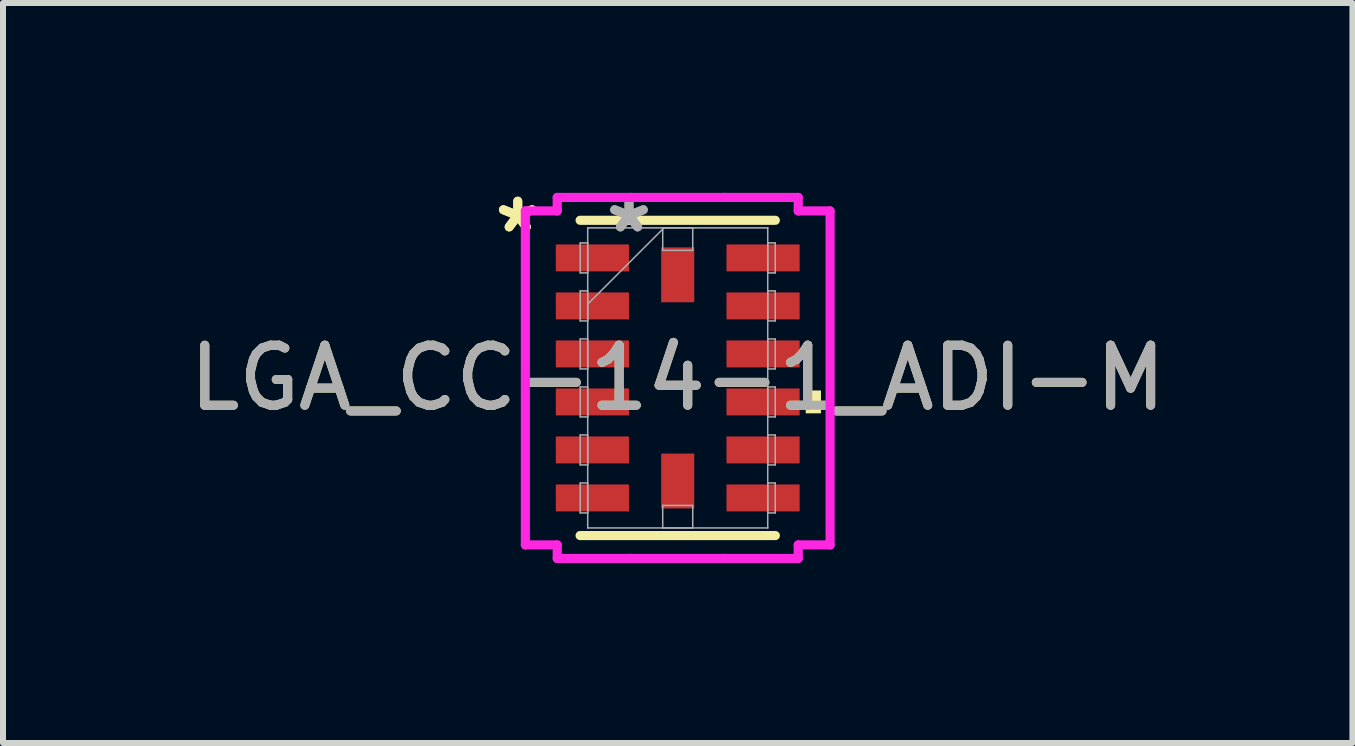
<source format=kicad_pcb>
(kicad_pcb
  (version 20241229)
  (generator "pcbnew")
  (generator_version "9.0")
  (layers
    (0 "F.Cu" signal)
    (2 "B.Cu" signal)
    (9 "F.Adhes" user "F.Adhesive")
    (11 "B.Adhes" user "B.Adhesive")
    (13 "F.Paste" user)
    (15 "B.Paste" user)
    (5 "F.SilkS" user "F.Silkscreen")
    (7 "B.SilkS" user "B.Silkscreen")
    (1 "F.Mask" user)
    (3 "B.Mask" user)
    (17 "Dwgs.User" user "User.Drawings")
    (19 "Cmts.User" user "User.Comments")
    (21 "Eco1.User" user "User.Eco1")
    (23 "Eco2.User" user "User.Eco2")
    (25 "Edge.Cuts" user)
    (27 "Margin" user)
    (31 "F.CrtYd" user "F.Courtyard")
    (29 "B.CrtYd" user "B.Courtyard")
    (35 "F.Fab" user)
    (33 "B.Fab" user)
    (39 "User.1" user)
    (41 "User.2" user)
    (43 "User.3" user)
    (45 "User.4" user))
  (footprint "LGA_CC-14-1_ADI-M"
    (layer "F.Cu")
    (at 8.244 3.248)
    (property "Reference" "LGA_CC-14-1_ADI-M" (at 0 0 0) (unlocked yes) (layer "F.SilkS") (effects (font (size 1 1) (thickness 0.15))))
    (attr smd)
    (fp_line (start -1.627 2.627) (end 1.627 2.627) (stroke (width 0.152) (type solid)) (layer "F.SilkS"))
    (fp_line (start 1.627 -2.627) (end -1.627 -2.627) (stroke (width 0.152) (type solid)) (layer "F.SilkS"))
    (fp_poly (pts (xy 2.387 0.209) (xy 2.387 0.59) (xy 2.133 0.59) (xy 2.133 0.209)) (stroke (width 0) (type solid)) (fill yes) (layer "F.SilkS"))
    (fp_line (start -2.539 -2.783) (end -2.008 -2.783) (stroke (width 0.152) (type solid)) (layer "F.CrtYd"))
    (fp_line (start -2.539 2.783) (end -2.539 -2.783) (stroke (width 0.152) (type solid)) (layer "F.CrtYd"))
    (fp_line (start -2.008 -3.008) (end -0.783 -3.008) (stroke (width 0.152) (type solid)) (layer "F.CrtYd"))
    (fp_line (start -2.008 -2.783) (end -2.008 -3.008) (stroke (width 0.152) (type solid)) (layer "F.CrtYd"))
    (fp_line (start -2.008 2.783) (end -2.539 2.783) (stroke (width 0.152) (type solid)) (layer "F.CrtYd"))
    (fp_line (start -2.008 3.008) (end -2.008 2.783) (stroke (width 0.152) (type solid)) (layer "F.CrtYd"))
    (fp_line (start -0.783 -3.008) (end -0.783 -3.008) (stroke (width 0.152) (type solid)) (layer "F.CrtYd"))
    (fp_line (start -0.783 -3.008) (end 0.783 -3.008) (stroke (width 0.152) (type solid)) (layer "F.CrtYd"))
    (fp_line (start -0.783 3.008) (end -2.008 3.008) (stroke (width 0.152) (type solid)) (layer "F.CrtYd"))
    (fp_line (start -0.783 3.008) (end -0.783 3.008) (stroke (width 0.152) (type solid)) (layer "F.CrtYd"))
    (fp_line (start 0.783 -3.008) (end 0.783 -3.008) (stroke (width 0.152) (type solid)) (layer "F.CrtYd"))
    (fp_line (start 0.783 -3.008) (end 2.008 -3.008) (stroke (width 0.152) (type solid)) (layer "F.CrtYd"))
    (fp_line (start 0.783 3.008) (end -0.783 3.008) (stroke (width 0.152) (type solid)) (layer "F.CrtYd"))
    (fp_line (start 0.783 3.008) (end 0.783 3.008) (stroke (width 0.152) (type solid)) (layer "F.CrtYd"))
    (fp_line (start 2.008 -3.008) (end 2.008 -2.783) (stroke (width 0.152) (type solid)) (layer "F.CrtYd"))
    (fp_line (start 2.008 -2.783) (end 2.539 -2.783) (stroke (width 0.152) (type solid)) (layer "F.CrtYd"))
    (fp_line (start 2.008 2.783) (end 2.008 3.008) (stroke (width 0.152) (type solid)) (layer "F.CrtYd"))
    (fp_line (start 2.008 3.008) (end 0.783 3.008) (stroke (width 0.152) (type solid)) (layer "F.CrtYd"))
    (fp_line (start 2.539 -2.783) (end 2.539 2.783) (stroke (width 0.152) (type solid)) (layer "F.CrtYd"))
    (fp_line (start 2.539 2.783) (end 2.008 2.783) (stroke (width 0.152) (type solid)) (layer "F.CrtYd"))
    (fp_line (start -1.625 -2.25) (end -1.625 -1.75) (stroke (width 0.025) (type solid)) (layer "F.Fab"))
    (fp_line (start -1.625 -1.75) (end -1.5 -1.75) (stroke (width 0.025) (type solid)) (layer "F.Fab"))
    (fp_line (start -1.625 -1.45) (end -1.625 -0.95) (stroke (width 0.025) (type solid)) (layer "F.Fab"))
    (fp_line (start -1.625 -0.95) (end -1.5 -0.95) (stroke (width 0.025) (type solid)) (layer "F.Fab"))
    (fp_line (start -1.625 -0.65) (end -1.625 -0.15) (stroke (width 0.025) (type solid)) (layer "F.Fab"))
    (fp_line (start -1.625 -0.15) (end -1.5 -0.15) (stroke (width 0.025) (type solid)) (layer "F.Fab"))
    (fp_line (start -1.625 0.15) (end -1.625 0.65) (stroke (width 0.025) (type solid)) (layer "F.Fab"))
    (fp_line (start -1.625 0.65) (end -1.5 0.65) (stroke (width 0.025) (type solid)) (layer "F.Fab"))
    (fp_line (start -1.625 0.95) (end -1.625 1.45) (stroke (width 0.025) (type solid)) (layer "F.Fab"))
    (fp_line (start -1.625 1.45) (end -1.5 1.45) (stroke (width 0.025) (type solid)) (layer "F.Fab"))
    (fp_line (start -1.625 1.75) (end -1.625 2.25) (stroke (width 0.025) (type solid)) (layer "F.Fab"))
    (fp_line (start -1.625 2.25) (end -1.5 2.25) (stroke (width 0.025) (type solid)) (layer "F.Fab"))
    (fp_line (start -1.5 -2.5) (end -1.5 -2.5) (stroke (width 0.025) (type solid)) (layer "F.Fab"))
    (fp_line (start -1.5 -2.5) (end -1.5 2.5) (stroke (width 0.025) (type solid)) (layer "F.Fab"))
    (fp_line (start -1.5 -2.25) (end -1.625 -2.25) (stroke (width 0.025) (type solid)) (layer "F.Fab"))
    (fp_line (start -1.5 -1.75) (end -1.5 -2.25) (stroke (width 0.025) (type solid)) (layer "F.Fab"))
    (fp_line (start -1.5 -1.45) (end -1.625 -1.45) (stroke (width 0.025) (type solid)) (layer "F.Fab"))
    (fp_line (start -1.5 -1.23) (end -0.23 -2.5) (stroke (width 0.025) (type solid)) (layer "F.Fab"))
    (fp_line (start -1.5 -0.95) (end -1.5 -1.45) (stroke (width 0.025) (type solid)) (layer "F.Fab"))
    (fp_line (start -1.5 -0.65) (end -1.625 -0.65) (stroke (width 0.025) (type solid)) (layer "F.Fab"))
    (fp_line (start -1.5 -0.15) (end -1.5 -0.65) (stroke (width 0.025) (type solid)) (layer "F.Fab"))
    (fp_line (start -1.5 0.15) (end -1.625 0.15) (stroke (width 0.025) (type solid)) (layer "F.Fab"))
    (fp_line (start -1.5 0.65) (end -1.5 0.15) (stroke (width 0.025) (type solid)) (layer "F.Fab"))
    (fp_line (start -1.5 0.95) (end -1.625 0.95) (stroke (width 0.025) (type solid)) (layer "F.Fab"))
    (fp_line (start -1.5 1.45) (end -1.5 0.95) (stroke (width 0.025) (type solid)) (layer "F.Fab"))
    (fp_line (start -1.5 1.75) (end -1.625 1.75) (stroke (width 0.025) (type solid)) (layer "F.Fab"))
    (fp_line (start -1.5 2.25) (end -1.5 1.75) (stroke (width 0.025) (type solid)) (layer "F.Fab"))
    (fp_line (start -1.5 2.5) (end -1.5 2.5) (stroke (width 0.025) (type solid)) (layer "F.Fab"))
    (fp_line (start -1.5 2.5) (end 1.5 2.5) (stroke (width 0.025) (type solid)) (layer "F.Fab"))
    (fp_line (start -0.25 -2.5) (end 0.25 -2.5) (stroke (width 0.025) (type solid)) (layer "F.Fab"))
    (fp_line (start -0.25 -2.125) (end -0.25 -2.5) (stroke (width 0.025) (type solid)) (layer "F.Fab"))
    (fp_line (start -0.25 2.125) (end 0.25 2.125) (stroke (width 0.025) (type solid)) (layer "F.Fab"))
    (fp_line (start -0.25 2.5) (end -0.25 2.125) (stroke (width 0.025) (type solid)) (layer "F.Fab"))
    (fp_line (start 0.25 -2.5) (end 0.25 -2.125) (stroke (width 0.025) (type solid)) (layer "F.Fab"))
    (fp_line (start 0.25 -2.125) (end -0.25 -2.125) (stroke (width 0.025) (type solid)) (layer "F.Fab"))
    (fp_line (start 0.25 2.125) (end 0.25 2.5) (stroke (width 0.025) (type solid)) (layer "F.Fab"))
    (fp_line (start 0.25 2.5) (end -0.25 2.5) (stroke (width 0.025) (type solid)) (layer "F.Fab"))
    (fp_line (start 1.5 -2.5) (end -1.5 -2.5) (stroke (width 0.025) (type solid)) (layer "F.Fab"))
    (fp_line (start 1.5 -2.5) (end 1.5 -2.5) (stroke (width 0.025) (type solid)) (layer "F.Fab"))
    (fp_line (start 1.5 -2.25) (end 1.5 -1.75) (stroke (width 0.025) (type solid)) (layer "F.Fab"))
    (fp_line (start 1.5 -1.75) (end 1.625 -1.75) (stroke (width 0.025) (type solid)) (layer "F.Fab"))
    (fp_line (start 1.5 -1.45) (end 1.5 -0.95) (stroke (width 0.025) (type solid)) (layer "F.Fab"))
    (fp_line (start 1.5 -0.95) (end 1.625 -0.95) (stroke (width 0.025) (type solid)) (layer "F.Fab"))
    (fp_line (start 1.5 -0.65) (end 1.5 -0.15) (stroke (width 0.025) (type solid)) (layer "F.Fab"))
    (fp_line (start 1.5 -0.15) (end 1.625 -0.15) (stroke (width 0.025) (type solid)) (layer "F.Fab"))
    (fp_line (start 1.5 0.15) (end 1.5 0.65) (stroke (width 0.025) (type solid)) (layer "F.Fab"))
    (fp_line (start 1.5 0.65) (end 1.625 0.65) (stroke (width 0.025) (type solid)) (layer "F.Fab"))
    (fp_line (start 1.5 0.95) (end 1.5 1.45) (stroke (width 0.025) (type solid)) (layer "F.Fab"))
    (fp_line (start 1.5 1.45) (end 1.625 1.45) (stroke (width 0.025) (type solid)) (layer "F.Fab"))
    (fp_line (start 1.5 1.75) (end 1.5 2.25) (stroke (width 0.025) (type solid)) (layer "F.Fab"))
    (fp_line (start 1.5 2.25) (end 1.625 2.25) (stroke (width 0.025) (type solid)) (layer "F.Fab"))
    (fp_line (start 1.5 2.5) (end 1.5 -2.5) (stroke (width 0.025) (type solid)) (layer "F.Fab"))
    (fp_line (start 1.5 2.5) (end 1.5 2.5) (stroke (width 0.025) (type solid)) (layer "F.Fab"))
    (fp_line (start 1.625 -2.25) (end 1.5 -2.25) (stroke (width 0.025) (type solid)) (layer "F.Fab"))
    (fp_line (start 1.625 -1.75) (end 1.625 -2.25) (stroke (width 0.025) (type solid)) (layer "F.Fab"))
    (fp_line (start 1.625 -1.45) (end 1.5 -1.45) (stroke (width 0.025) (type solid)) (layer "F.Fab"))
    (fp_line (start 1.625 -0.95) (end 1.625 -1.45) (stroke (width 0.025) (type solid)) (layer "F.Fab"))
    (fp_line (start 1.625 -0.65) (end 1.5 -0.65) (stroke (width 0.025) (type solid)) (layer "F.Fab"))
    (fp_line (start 1.625 -0.15) (end 1.625 -0.65) (stroke (width 0.025) (type solid)) (layer "F.Fab"))
    (fp_line (start 1.625 0.15) (end 1.5 0.15) (stroke (width 0.025) (type solid)) (layer "F.Fab"))
    (fp_line (start 1.625 0.65) (end 1.625 0.15) (stroke (width 0.025) (type solid)) (layer "F.Fab"))
    (fp_line (start 1.625 0.95) (end 1.5 0.95) (stroke (width 0.025) (type solid)) (layer "F.Fab"))
    (fp_line (start 1.625 1.45) (end 1.625 0.95) (stroke (width 0.025) (type solid)) (layer "F.Fab"))
    (fp_line (start 1.625 1.75) (end 1.5 1.75) (stroke (width 0.025) (type solid)) (layer "F.Fab"))
    (fp_line (start 1.625 2.25) (end 1.625 1.75) (stroke (width 0.025) (type solid)) (layer "F.Fab"))
    (fp_text user "*" (at -2.666 -2.4 0) (layer "F.SilkS") (effects (font (size 1 1) (thickness 0.15))))
    (fp_text user "*" (at -2.666 -2.4 0) (unlocked yes) (layer "F.SilkS") (effects (font (size 1 1) (thickness 0.15))))
    (fp_text user "${REFERENCE}" (at 0 0 0) (unlocked yes) (layer "F.Fab") (effects (font (size 1 1) (thickness 0.15))))
    (fp_text user "*" (at -0.812 -2.4 0) (layer "F.Fab") (effects (font (size 1 1) (thickness 0.15))))
    (fp_text user "*" (at -0.812 -2.4 0) (unlocked yes) (layer "F.Fab") (effects (font (size 1 1) (thickness 0.15))))
    (pad "1" smd rect (at -1.422 -2 90) (size 0.449 1.219) (layers "F.Cu" "F.Mask" "F.Paste"))
    (pad "2" smd rect (at -1.422 -1.2 90) (size 0.449 1.219) (layers "F.Cu" "F.Mask" "F.Paste"))
    (pad "3" smd rect (at -1.422 -0.4 90) (size 0.449 1.219) (layers "F.Cu" "F.Mask" "F.Paste"))
    (pad "4" smd rect (at -1.422 0.4 90) (size 0.449 1.219) (layers "F.Cu" "F.Mask" "F.Paste"))
    (pad "5" smd rect (at -1.422 1.2 90) (size 0.449 1.219) (layers "F.Cu" "F.Mask" "F.Paste"))
    (pad "6" smd rect (at -1.422 2 90) (size 0.449 1.219) (layers "F.Cu" "F.Mask" "F.Paste"))
    (pad "7" smd rect (at 0 1.718) (size 0.551 0.915) (layers "F.Cu" "F.Mask" "F.Paste"))
    (pad "8" smd rect (at 1.422 2 90) (size 0.449 1.219) (layers "F.Cu" "F.Mask" "F.Paste"))
    (pad "9" smd rect (at 1.422 1.2 90) (size 0.449 1.219) (layers "F.Cu" "F.Mask" "F.Paste"))
    (pad "10" smd rect (at 1.422 0.4 90) (size 0.449 1.219) (layers "F.Cu" "F.Mask" "F.Paste"))
    (pad "11" smd rect (at 1.422 -0.4 90) (size 0.449 1.219) (layers "F.Cu" "F.Mask" "F.Paste"))
    (pad "12" smd rect (at 1.422 -1.2 90) (size 0.449 1.219) (layers "F.Cu" "F.Mask" "F.Paste"))
    (pad "13" smd rect (at 1.422 -2 90) (size 0.449 1.219) (layers "F.Cu" "F.Mask" "F.Paste"))
    (pad "14" smd rect (at 0 -1.718) (size 0.551 0.915) (layers "F.Cu" "F.Mask" "F.Paste")))
  (gr_rect
    (start -3 -3)
    (end 19.488 9.332)
    (stroke (width 0.1) (type default))
    (fill no)
    (layer "Edge.Cuts")))
</source>
